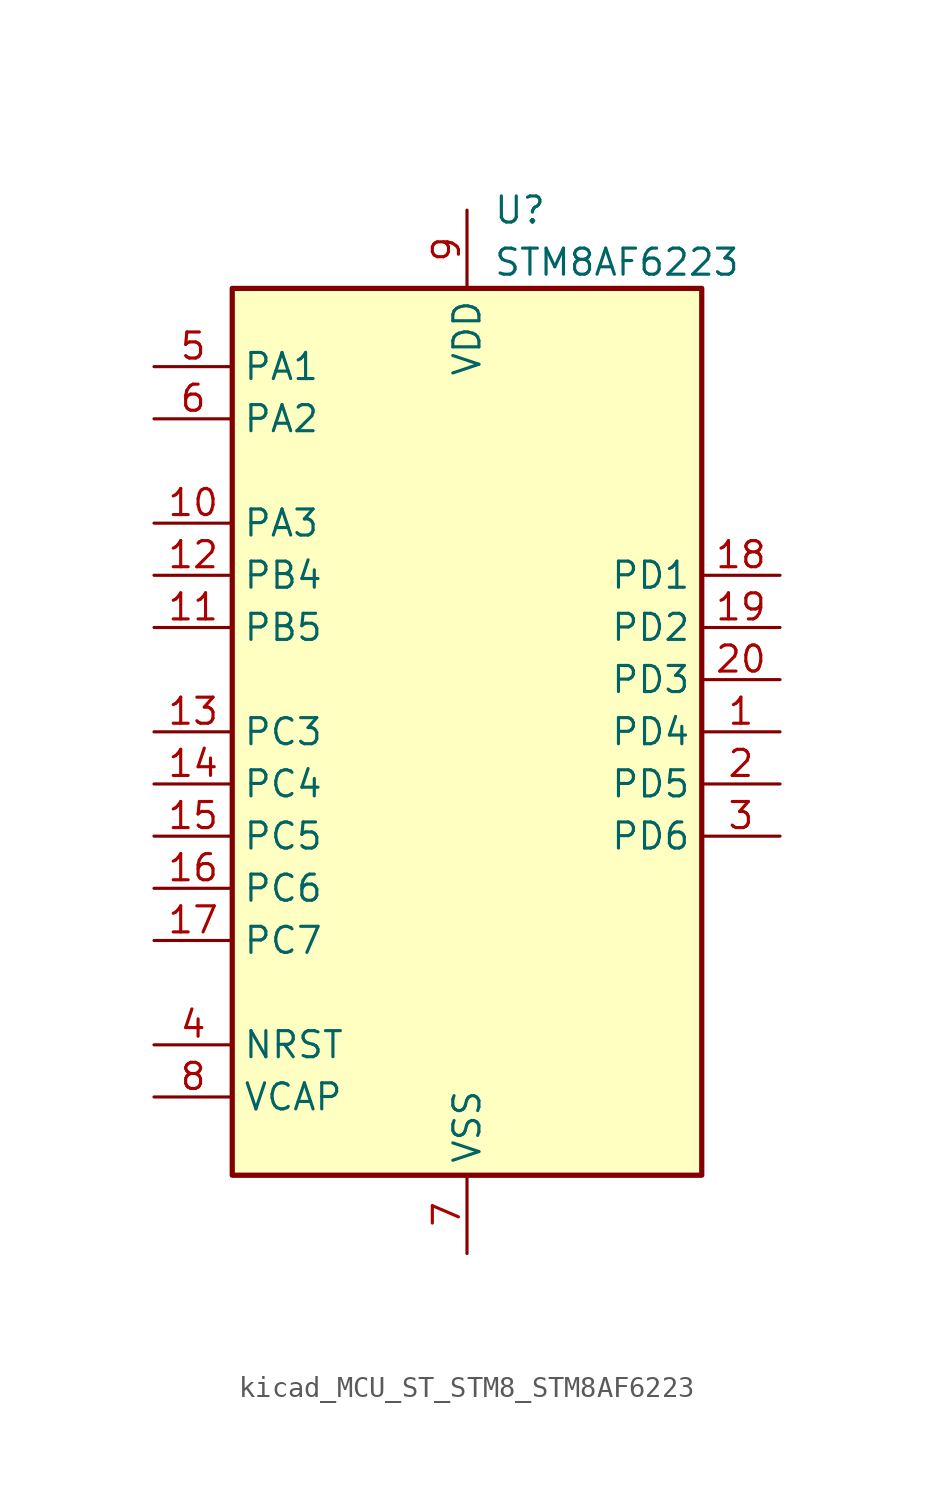
<source format=kicad_sym>
(kicad_symbol_lib
  (version 20220914)
  (generator kicad_symbol_editor)
  (symbol "kicad_MCU_ST_STM8_STM8AF6223"
    (property "Reference" "U"
      (at 1.27 25.4 0)
      (effects (font (size 1.27 1.27)) (justify left)))
    (property "Value" "STM8AF6223"
      (at 1.27 22.86 0)
      (effects (font (size 1.27 1.27)) (justify left)))
    (symbol "kicad_MCU_ST_STM8_STM8AF6223_0_1"
      (rectangle (start -11.43 21.59) (end 11.43 -21.59) (stroke (width 0.254) (type default)) (fill (type background))))
    (symbol "kicad_MCU_ST_STM8_STM8AF6223_1_1"
      (pin bidirectional line (at 15.24 0 180) (length 3.81) (name "PD4" (effects (font (size 1.27 1.27)))) (number "1" (effects (font (size 1.27 1.27)))))
      (pin bidirectional line (at -15.24 10.16 0) (length 3.81) (name "PA3" (effects (font (size 1.27 1.27)))) (number "10" (effects (font (size 1.27 1.27)))))
      (pin bidirectional line (at -15.24 5.08 0) (length 3.81) (name "PB5" (effects (font (size 1.27 1.27)))) (number "11" (effects (font (size 1.27 1.27)))))
      (pin bidirectional line (at -15.24 7.62 0) (length 3.81) (name "PB4" (effects (font (size 1.27 1.27)))) (number "12" (effects (font (size 1.27 1.27)))))
      (pin bidirectional line (at -15.24 0 0) (length 3.81) (name "PC3" (effects (font (size 1.27 1.27)))) (number "13" (effects (font (size 1.27 1.27)))))
      (pin bidirectional line (at -15.24 -2.54 0) (length 3.81) (name "PC4" (effects (font (size 1.27 1.27)))) (number "14" (effects (font (size 1.27 1.27)))))
      (pin bidirectional line (at -15.24 -5.08 0) (length 3.81) (name "PC5" (effects (font (size 1.27 1.27)))) (number "15" (effects (font (size 1.27 1.27)))))
      (pin bidirectional line (at -15.24 -7.62 0) (length 3.81) (name "PC6" (effects (font (size 1.27 1.27)))) (number "16" (effects (font (size 1.27 1.27)))))
      (pin bidirectional line (at -15.24 -10.16 0) (length 3.81) (name "PC7" (effects (font (size 1.27 1.27)))) (number "17" (effects (font (size 1.27 1.27)))))
      (pin bidirectional line (at 15.24 7.62 180) (length 3.81) (name "PD1" (effects (font (size 1.27 1.27)))) (number "18" (effects (font (size 1.27 1.27)))))
      (pin bidirectional line (at 15.24 5.08 180) (length 3.81) (name "PD2" (effects (font (size 1.27 1.27)))) (number "19" (effects (font (size 1.27 1.27)))))
      (pin bidirectional line (at 15.24 -2.54 180) (length 3.81) (name "PD5" (effects (font (size 1.27 1.27)))) (number "2" (effects (font (size 1.27 1.27)))))
      (pin bidirectional line (at 15.24 2.54 180) (length 3.81) (name "PD3" (effects (font (size 1.27 1.27)))) (number "20" (effects (font (size 1.27 1.27)))))
      (pin bidirectional line (at 15.24 -5.08 180) (length 3.81) (name "PD6" (effects (font (size 1.27 1.27)))) (number "3" (effects (font (size 1.27 1.27)))))
      (pin input line (at -15.24 -15.24 0) (length 3.81) (name "NRST" (effects (font (size 1.27 1.27)))) (number "4" (effects (font (size 1.27 1.27)))))
      (pin bidirectional line (at -15.24 17.78 0) (length 3.81) (name "PA1" (effects (font (size 1.27 1.27)))) (number "5" (effects (font (size 1.27 1.27)))))
      (pin bidirectional line (at -15.24 15.24 0) (length 3.81) (name "PA2" (effects (font (size 1.27 1.27)))) (number "6" (effects (font (size 1.27 1.27)))))
      (pin power_in line (at 0 -25.4 90) (length 3.81) (name "VSS" (effects (font (size 1.27 1.27)))) (number "7" (effects (font (size 1.27 1.27)))))
      (pin input line (at -15.24 -17.78 0) (length 3.81) (name "VCAP" (effects (font (size 1.27 1.27)))) (number "8" (effects (font (size 1.27 1.27)))))
      (pin power_in line (at 0 25.4 270) (length 3.81) (name "VDD" (effects (font (size 1.27 1.27)))) (number "9" (effects (font (size 1.27 1.27))))))))
</source>
